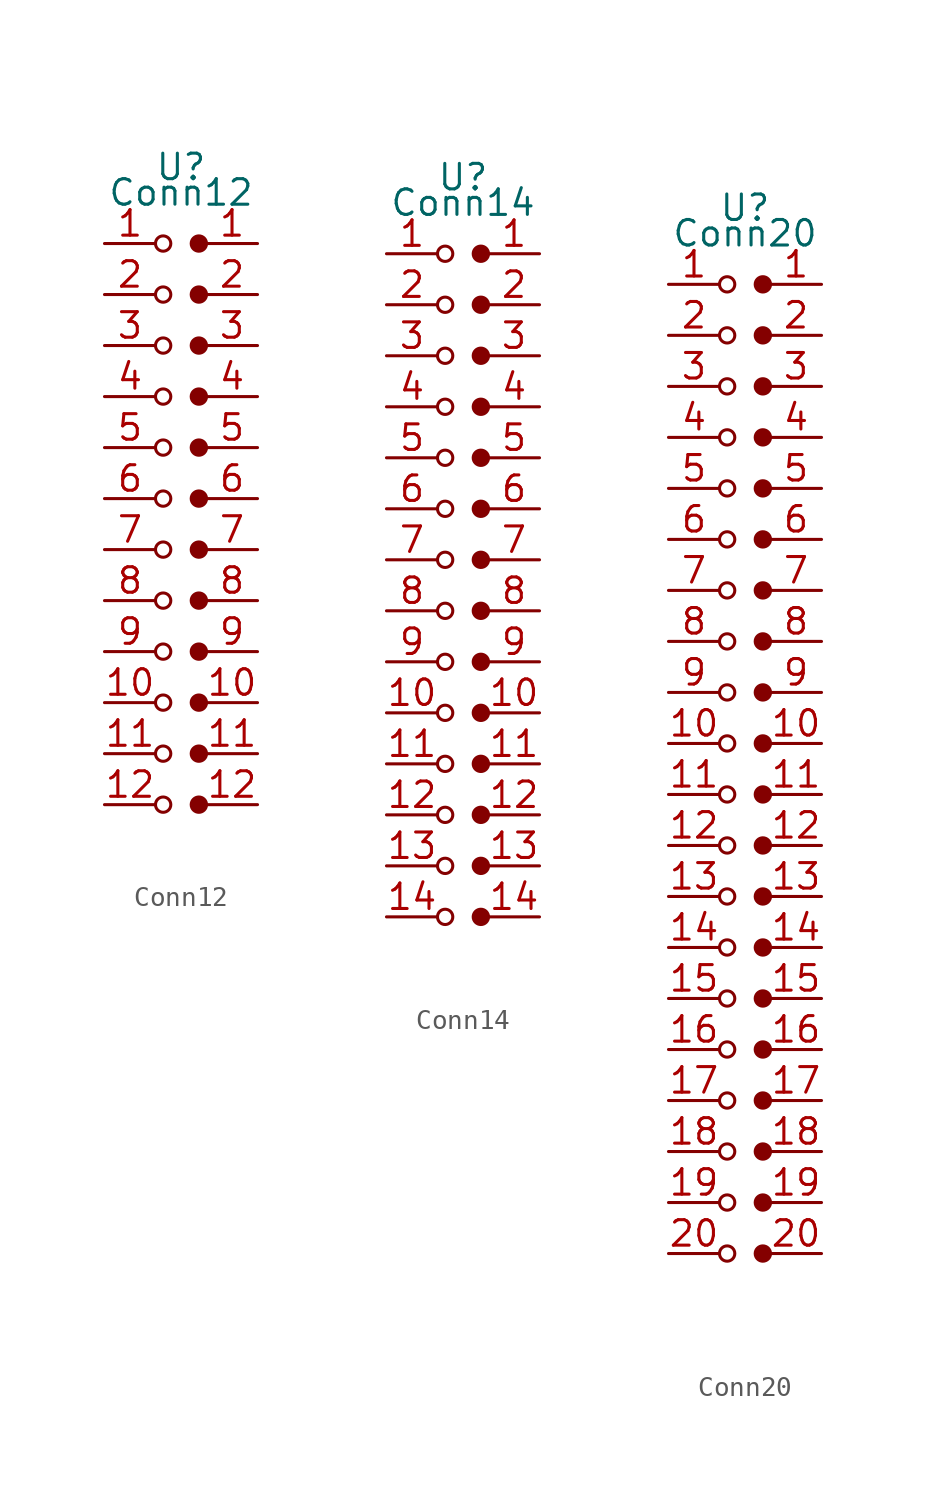
<source format=kicad_sym>
(kicad_symbol_lib
  (version 20211014)
  (generator kicad_symbol_editor)
  (symbol "Conn12"
    (property "Reference" "U"
      (at 0 3.81 0)
      (effects (font (size 1.27 1.27))))
    (property "Value" "Conn12"
      (at 0 2.54 0)
      (effects (font (size 1.27 1.27))))
    (symbol "Conn12_0_1"
      (circle (center -0.889 -27.94) (radius 0.381) (stroke (width 0) (type default) (color 0 0 0 0)) (fill (type none)))
      (circle (center -0.889 -25.4) (radius 0.381) (stroke (width 0) (type default) (color 0 0 0 0)) (fill (type none)))
      (circle (center -0.889 -22.86) (radius 0.381) (stroke (width 0) (type default) (color 0 0 0 0)) (fill (type none)))
      (circle (center -0.889 -20.32) (radius 0.381) (stroke (width 0) (type default) (color 0 0 0 0)) (fill (type none)))
      (circle (center -0.889 -17.78) (radius 0.381) (stroke (width 0) (type default) (color 0 0 0 0)) (fill (type none)))
      (circle (center -0.889 -15.24) (radius 0.381) (stroke (width 0) (type default) (color 0 0 0 0)) (fill (type none)))
      (circle (center -0.889 -12.7) (radius 0.381) (stroke (width 0) (type default) (color 0 0 0 0)) (fill (type none)))
      (circle (center -0.889 -10.16) (radius 0.381) (stroke (width 0) (type default) (color 0 0 0 0)) (fill (type none)))
      (circle (center -0.889 -7.62) (radius 0.381) (stroke (width 0) (type default) (color 0 0 0 0)) (fill (type none)))
      (circle (center -0.889 -5.08) (radius 0.381) (stroke (width 0) (type default) (color 0 0 0 0)) (fill (type none)))
      (circle (center -0.889 -2.54) (radius 0.381) (stroke (width 0) (type default) (color 0 0 0 0)) (fill (type none)))
      (circle (center -0.889 0) (radius 0.381) (stroke (width 0) (type default) (color 0 0 0 0)) (fill (type none)))
      (circle (center 0.889 -27.94) (radius 0.381) (stroke (width 0) (type default) (color 0 0 0 0)) (fill (type outline)))
      (circle (center 0.889 -25.4) (radius 0.381) (stroke (width 0) (type default) (color 0 0 0 0)) (fill (type outline)))
      (circle (center 0.889 -22.86) (radius 0.381) (stroke (width 0) (type default) (color 0 0 0 0)) (fill (type outline)))
      (circle (center 0.889 -20.32) (radius 0.381) (stroke (width 0) (type default) (color 0 0 0 0)) (fill (type outline)))
      (circle (center 0.889 -17.78) (radius 0.381) (stroke (width 0) (type default) (color 0 0 0 0)) (fill (type outline)))
      (circle (center 0.889 -15.24) (radius 0.381) (stroke (width 0) (type default) (color 0 0 0 0)) (fill (type outline)))
      (circle (center 0.889 -12.7) (radius 0.381) (stroke (width 0) (type default) (color 0 0 0 0)) (fill (type outline)))
      (circle (center 0.889 -10.16) (radius 0.381) (stroke (width 0) (type default) (color 0 0 0 0)) (fill (type outline)))
      (circle (center 0.889 -7.62) (radius 0.381) (stroke (width 0) (type default) (color 0 0 0 0)) (fill (type outline)))
      (circle (center 0.889 -5.08) (radius 0.381) (stroke (width 0) (type default) (color 0 0 0 0)) (fill (type outline)))
      (circle (center 0.889 -2.54) (radius 0.381) (stroke (width 0) (type default) (color 0 0 0 0)) (fill (type outline)))
      (circle (center 0.889 0) (radius 0.381) (stroke (width 0) (type default) (color 0 0 0 0)) (fill (type outline))))
    (symbol "Conn12_1_1"
      (pin bidirectional line (at -3.81 0 0) (length 2.54) (name "" (effects (font (size 1.27 1.27)))) (number "1" (effects (font (size 1.27 1.27)))))
      (pin bidirectional line (at 3.81 0 180) (length 2.54) (name "" (effects (font (size 1.27 1.27)))) (number "1" (effects (font (size 1.27 1.27)))))
      (pin bidirectional line (at -3.81 -22.86 0) (length 2.54) (name "" (effects (font (size 1.27 1.27)))) (number "10" (effects (font (size 1.27 1.27)))))
      (pin bidirectional line (at 3.81 -22.86 180) (length 2.54) (name "" (effects (font (size 1.27 1.27)))) (number "10" (effects (font (size 1.27 1.27)))))
      (pin bidirectional line (at -3.81 -25.4 0) (length 2.54) (name "" (effects (font (size 1.27 1.27)))) (number "11" (effects (font (size 1.27 1.27)))))
      (pin bidirectional line (at 3.81 -25.4 180) (length 2.54) (name "" (effects (font (size 1.27 1.27)))) (number "11" (effects (font (size 1.27 1.27)))))
      (pin bidirectional line (at -3.81 -27.94 0) (length 2.54) (name "" (effects (font (size 1.27 1.27)))) (number "12" (effects (font (size 1.27 1.27)))))
      (pin bidirectional line (at 3.81 -27.94 180) (length 2.54) (name "" (effects (font (size 1.27 1.27)))) (number "12" (effects (font (size 1.27 1.27)))))
      (pin bidirectional line (at -3.81 -2.54 0) (length 2.54) (name "" (effects (font (size 1.27 1.27)))) (number "2" (effects (font (size 1.27 1.27)))))
      (pin bidirectional line (at 3.81 -2.54 180) (length 2.54) (name "" (effects (font (size 1.27 1.27)))) (number "2" (effects (font (size 1.27 1.27)))))
      (pin bidirectional line (at -3.81 -5.08 0) (length 2.54) (name "" (effects (font (size 1.27 1.27)))) (number "3" (effects (font (size 1.27 1.27)))))
      (pin bidirectional line (at 3.81 -5.08 180) (length 2.54) (name "" (effects (font (size 1.27 1.27)))) (number "3" (effects (font (size 1.27 1.27)))))
      (pin bidirectional line (at -3.81 -7.62 0) (length 2.54) (name "" (effects (font (size 1.27 1.27)))) (number "4" (effects (font (size 1.27 1.27)))))
      (pin bidirectional line (at 3.81 -7.62 180) (length 2.54) (name "" (effects (font (size 1.27 1.27)))) (number "4" (effects (font (size 1.27 1.27)))))
      (pin bidirectional line (at -3.81 -10.16 0) (length 2.54) (name "" (effects (font (size 1.27 1.27)))) (number "5" (effects (font (size 1.27 1.27)))))
      (pin bidirectional line (at 3.81 -10.16 180) (length 2.54) (name "" (effects (font (size 1.27 1.27)))) (number "5" (effects (font (size 1.27 1.27)))))
      (pin bidirectional line (at -3.81 -12.7 0) (length 2.54) (name "" (effects (font (size 1.27 1.27)))) (number "6" (effects (font (size 1.27 1.27)))))
      (pin bidirectional line (at 3.81 -12.7 180) (length 2.54) (name "" (effects (font (size 1.27 1.27)))) (number "6" (effects (font (size 1.27 1.27)))))
      (pin bidirectional line (at -3.81 -15.24 0) (length 2.54) (name "" (effects (font (size 1.27 1.27)))) (number "7" (effects (font (size 1.27 1.27)))))
      (pin bidirectional line (at 3.81 -15.24 180) (length 2.54) (name "" (effects (font (size 1.27 1.27)))) (number "7" (effects (font (size 1.27 1.27)))))
      (pin bidirectional line (at -3.81 -17.78 0) (length 2.54) (name "" (effects (font (size 1.27 1.27)))) (number "8" (effects (font (size 1.27 1.27)))))
      (pin bidirectional line (at 3.81 -17.78 180) (length 2.54) (name "" (effects (font (size 1.27 1.27)))) (number "8" (effects (font (size 1.27 1.27)))))
      (pin bidirectional line (at -3.81 -20.32 0) (length 2.54) (name "" (effects (font (size 1.27 1.27)))) (number "9" (effects (font (size 1.27 1.27)))))
      (pin bidirectional line (at 3.81 -20.32 180) (length 2.54) (name "" (effects (font (size 1.27 1.27)))) (number "9" (effects (font (size 1.27 1.27)))))))
  (symbol "Conn14"
    (property "Reference" "U"
      (at 0 3.81 0)
      (effects (font (size 1.27 1.27))))
    (property "Value" "Conn14"
      (at 0 2.54 0)
      (effects (font (size 1.27 1.27))))
    (symbol "Conn14_0_1"
      (circle (center -0.889 -33.02) (radius 0.381) (stroke (width 0) (type default) (color 0 0 0 0)) (fill (type none)))
      (circle (center -0.889 -30.48) (radius 0.381) (stroke (width 0) (type default) (color 0 0 0 0)) (fill (type none)))
      (circle (center -0.889 -27.94) (radius 0.381) (stroke (width 0) (type default) (color 0 0 0 0)) (fill (type none)))
      (circle (center -0.889 -25.4) (radius 0.381) (stroke (width 0) (type default) (color 0 0 0 0)) (fill (type none)))
      (circle (center -0.889 -22.86) (radius 0.381) (stroke (width 0) (type default) (color 0 0 0 0)) (fill (type none)))
      (circle (center -0.889 -20.32) (radius 0.381) (stroke (width 0) (type default) (color 0 0 0 0)) (fill (type none)))
      (circle (center -0.889 -17.78) (radius 0.381) (stroke (width 0) (type default) (color 0 0 0 0)) (fill (type none)))
      (circle (center -0.889 -15.24) (radius 0.381) (stroke (width 0) (type default) (color 0 0 0 0)) (fill (type none)))
      (circle (center -0.889 -12.7) (radius 0.381) (stroke (width 0) (type default) (color 0 0 0 0)) (fill (type none)))
      (circle (center -0.889 -10.16) (radius 0.381) (stroke (width 0) (type default) (color 0 0 0 0)) (fill (type none)))
      (circle (center -0.889 -7.62) (radius 0.381) (stroke (width 0) (type default) (color 0 0 0 0)) (fill (type none)))
      (circle (center -0.889 -5.08) (radius 0.381) (stroke (width 0) (type default) (color 0 0 0 0)) (fill (type none)))
      (circle (center -0.889 -2.54) (radius 0.381) (stroke (width 0) (type default) (color 0 0 0 0)) (fill (type none)))
      (circle (center -0.889 0) (radius 0.381) (stroke (width 0) (type default) (color 0 0 0 0)) (fill (type none)))
      (circle (center 0.889 -33.02) (radius 0.381) (stroke (width 0) (type default) (color 0 0 0 0)) (fill (type outline)))
      (circle (center 0.889 -30.48) (radius 0.381) (stroke (width 0) (type default) (color 0 0 0 0)) (fill (type outline)))
      (circle (center 0.889 -27.94) (radius 0.381) (stroke (width 0) (type default) (color 0 0 0 0)) (fill (type outline)))
      (circle (center 0.889 -25.4) (radius 0.381) (stroke (width 0) (type default) (color 0 0 0 0)) (fill (type outline)))
      (circle (center 0.889 -22.86) (radius 0.381) (stroke (width 0) (type default) (color 0 0 0 0)) (fill (type outline)))
      (circle (center 0.889 -20.32) (radius 0.381) (stroke (width 0) (type default) (color 0 0 0 0)) (fill (type outline)))
      (circle (center 0.889 -17.78) (radius 0.381) (stroke (width 0) (type default) (color 0 0 0 0)) (fill (type outline)))
      (circle (center 0.889 -15.24) (radius 0.381) (stroke (width 0) (type default) (color 0 0 0 0)) (fill (type outline)))
      (circle (center 0.889 -12.7) (radius 0.381) (stroke (width 0) (type default) (color 0 0 0 0)) (fill (type outline)))
      (circle (center 0.889 -10.16) (radius 0.381) (stroke (width 0) (type default) (color 0 0 0 0)) (fill (type outline)))
      (circle (center 0.889 -7.62) (radius 0.381) (stroke (width 0) (type default) (color 0 0 0 0)) (fill (type outline)))
      (circle (center 0.889 -5.08) (radius 0.381) (stroke (width 0) (type default) (color 0 0 0 0)) (fill (type outline)))
      (circle (center 0.889 -2.54) (radius 0.381) (stroke (width 0) (type default) (color 0 0 0 0)) (fill (type outline)))
      (circle (center 0.889 0) (radius 0.381) (stroke (width 0) (type default) (color 0 0 0 0)) (fill (type outline))))
    (symbol "Conn14_1_1"
      (pin bidirectional line (at -3.81 0 0) (length 2.54) (name "" (effects (font (size 1.27 1.27)))) (number "1" (effects (font (size 1.27 1.27)))))
      (pin bidirectional line (at 3.81 0 180) (length 2.54) (name "" (effects (font (size 1.27 1.27)))) (number "1" (effects (font (size 1.27 1.27)))))
      (pin bidirectional line (at -3.81 -22.86 0) (length 2.54) (name "" (effects (font (size 1.27 1.27)))) (number "10" (effects (font (size 1.27 1.27)))))
      (pin bidirectional line (at 3.81 -22.86 180) (length 2.54) (name "" (effects (font (size 1.27 1.27)))) (number "10" (effects (font (size 1.27 1.27)))))
      (pin bidirectional line (at -3.81 -25.4 0) (length 2.54) (name "" (effects (font (size 1.27 1.27)))) (number "11" (effects (font (size 1.27 1.27)))))
      (pin bidirectional line (at 3.81 -25.4 180) (length 2.54) (name "" (effects (font (size 1.27 1.27)))) (number "11" (effects (font (size 1.27 1.27)))))
      (pin bidirectional line (at -3.81 -27.94 0) (length 2.54) (name "" (effects (font (size 1.27 1.27)))) (number "12" (effects (font (size 1.27 1.27)))))
      (pin bidirectional line (at 3.81 -27.94 180) (length 2.54) (name "" (effects (font (size 1.27 1.27)))) (number "12" (effects (font (size 1.27 1.27)))))
      (pin bidirectional line (at -3.81 -30.48 0) (length 2.54) (name "" (effects (font (size 1.27 1.27)))) (number "13" (effects (font (size 1.27 1.27)))))
      (pin bidirectional line (at 3.81 -30.48 180) (length 2.54) (name "" (effects (font (size 1.27 1.27)))) (number "13" (effects (font (size 1.27 1.27)))))
      (pin bidirectional line (at -3.81 -33.02 0) (length 2.54) (name "" (effects (font (size 1.27 1.27)))) (number "14" (effects (font (size 1.27 1.27)))))
      (pin bidirectional line (at 3.81 -33.02 180) (length 2.54) (name "" (effects (font (size 1.27 1.27)))) (number "14" (effects (font (size 1.27 1.27)))))
      (pin bidirectional line (at -3.81 -2.54 0) (length 2.54) (name "" (effects (font (size 1.27 1.27)))) (number "2" (effects (font (size 1.27 1.27)))))
      (pin bidirectional line (at 3.81 -2.54 180) (length 2.54) (name "" (effects (font (size 1.27 1.27)))) (number "2" (effects (font (size 1.27 1.27)))))
      (pin bidirectional line (at -3.81 -5.08 0) (length 2.54) (name "" (effects (font (size 1.27 1.27)))) (number "3" (effects (font (size 1.27 1.27)))))
      (pin bidirectional line (at 3.81 -5.08 180) (length 2.54) (name "" (effects (font (size 1.27 1.27)))) (number "3" (effects (font (size 1.27 1.27)))))
      (pin bidirectional line (at -3.81 -7.62 0) (length 2.54) (name "" (effects (font (size 1.27 1.27)))) (number "4" (effects (font (size 1.27 1.27)))))
      (pin bidirectional line (at 3.81 -7.62 180) (length 2.54) (name "" (effects (font (size 1.27 1.27)))) (number "4" (effects (font (size 1.27 1.27)))))
      (pin bidirectional line (at -3.81 -10.16 0) (length 2.54) (name "" (effects (font (size 1.27 1.27)))) (number "5" (effects (font (size 1.27 1.27)))))
      (pin bidirectional line (at 3.81 -10.16 180) (length 2.54) (name "" (effects (font (size 1.27 1.27)))) (number "5" (effects (font (size 1.27 1.27)))))
      (pin bidirectional line (at -3.81 -12.7 0) (length 2.54) (name "" (effects (font (size 1.27 1.27)))) (number "6" (effects (font (size 1.27 1.27)))))
      (pin bidirectional line (at 3.81 -12.7 180) (length 2.54) (name "" (effects (font (size 1.27 1.27)))) (number "6" (effects (font (size 1.27 1.27)))))
      (pin bidirectional line (at -3.81 -15.24 0) (length 2.54) (name "" (effects (font (size 1.27 1.27)))) (number "7" (effects (font (size 1.27 1.27)))))
      (pin bidirectional line (at 3.81 -15.24 180) (length 2.54) (name "" (effects (font (size 1.27 1.27)))) (number "7" (effects (font (size 1.27 1.27)))))
      (pin bidirectional line (at -3.81 -17.78 0) (length 2.54) (name "" (effects (font (size 1.27 1.27)))) (number "8" (effects (font (size 1.27 1.27)))))
      (pin bidirectional line (at 3.81 -17.78 180) (length 2.54) (name "" (effects (font (size 1.27 1.27)))) (number "8" (effects (font (size 1.27 1.27)))))
      (pin bidirectional line (at -3.81 -20.32 0) (length 2.54) (name "" (effects (font (size 1.27 1.27)))) (number "9" (effects (font (size 1.27 1.27)))))
      (pin bidirectional line (at 3.81 -20.32 180) (length 2.54) (name "" (effects (font (size 1.27 1.27)))) (number "9" (effects (font (size 1.27 1.27)))))))
  (symbol "Conn20"
    (property "Reference" "U"
      (at 0 3.81 0)
      (effects (font (size 1.27 1.27))))
    (property "Value" "Conn20"
      (at 0 2.54 0)
      (effects (font (size 1.27 1.27))))
    (symbol "Conn20_0_1"
      (circle (center -0.889 -48.26) (radius 0.381) (stroke (width 0) (type default) (color 0 0 0 0)) (fill (type none)))
      (circle (center -0.889 -45.72) (radius 0.381) (stroke (width 0) (type default) (color 0 0 0 0)) (fill (type none)))
      (circle (center -0.889 -43.18) (radius 0.381) (stroke (width 0) (type default) (color 0 0 0 0)) (fill (type none)))
      (circle (center -0.889 -40.64) (radius 0.381) (stroke (width 0) (type default) (color 0 0 0 0)) (fill (type none)))
      (circle (center -0.889 -38.1) (radius 0.381) (stroke (width 0) (type default) (color 0 0 0 0)) (fill (type none)))
      (circle (center -0.889 -35.56) (radius 0.381) (stroke (width 0) (type default) (color 0 0 0 0)) (fill (type none)))
      (circle (center -0.889 -33.02) (radius 0.381) (stroke (width 0) (type default) (color 0 0 0 0)) (fill (type none)))
      (circle (center -0.889 -30.48) (radius 0.381) (stroke (width 0) (type default) (color 0 0 0 0)) (fill (type none)))
      (circle (center -0.889 -27.94) (radius 0.381) (stroke (width 0) (type default) (color 0 0 0 0)) (fill (type none)))
      (circle (center -0.889 -25.4) (radius 0.381) (stroke (width 0) (type default) (color 0 0 0 0)) (fill (type none)))
      (circle (center -0.889 -22.86) (radius 0.381) (stroke (width 0) (type default) (color 0 0 0 0)) (fill (type none)))
      (circle (center -0.889 -20.32) (radius 0.381) (stroke (width 0) (type default) (color 0 0 0 0)) (fill (type none)))
      (circle (center -0.889 -17.78) (radius 0.381) (stroke (width 0) (type default) (color 0 0 0 0)) (fill (type none)))
      (circle (center -0.889 -15.24) (radius 0.381) (stroke (width 0) (type default) (color 0 0 0 0)) (fill (type none)))
      (circle (center -0.889 -12.7) (radius 0.381) (stroke (width 0) (type default) (color 0 0 0 0)) (fill (type none)))
      (circle (center -0.889 -10.16) (radius 0.381) (stroke (width 0) (type default) (color 0 0 0 0)) (fill (type none)))
      (circle (center -0.889 -7.62) (radius 0.381) (stroke (width 0) (type default) (color 0 0 0 0)) (fill (type none)))
      (circle (center -0.889 -5.08) (radius 0.381) (stroke (width 0) (type default) (color 0 0 0 0)) (fill (type none)))
      (circle (center -0.889 -2.54) (radius 0.381) (stroke (width 0) (type default) (color 0 0 0 0)) (fill (type none)))
      (circle (center -0.889 0) (radius 0.381) (stroke (width 0) (type default) (color 0 0 0 0)) (fill (type none)))
      (circle (center 0.889 -48.26) (radius 0.381) (stroke (width 0) (type default) (color 0 0 0 0)) (fill (type outline)))
      (circle (center 0.889 -45.72) (radius 0.381) (stroke (width 0) (type default) (color 0 0 0 0)) (fill (type outline)))
      (circle (center 0.889 -43.18) (radius 0.381) (stroke (width 0) (type default) (color 0 0 0 0)) (fill (type outline)))
      (circle (center 0.889 -40.64) (radius 0.381) (stroke (width 0) (type default) (color 0 0 0 0)) (fill (type outline)))
      (circle (center 0.889 -38.1) (radius 0.381) (stroke (width 0) (type default) (color 0 0 0 0)) (fill (type outline)))
      (circle (center 0.889 -35.56) (radius 0.381) (stroke (width 0) (type default) (color 0 0 0 0)) (fill (type outline)))
      (circle (center 0.889 -33.02) (radius 0.381) (stroke (width 0) (type default) (color 0 0 0 0)) (fill (type outline)))
      (circle (center 0.889 -30.48) (radius 0.381) (stroke (width 0) (type default) (color 0 0 0 0)) (fill (type outline)))
      (circle (center 0.889 -27.94) (radius 0.381) (stroke (width 0) (type default) (color 0 0 0 0)) (fill (type outline)))
      (circle (center 0.889 -25.4) (radius 0.381) (stroke (width 0) (type default) (color 0 0 0 0)) (fill (type outline)))
      (circle (center 0.889 -22.86) (radius 0.381) (stroke (width 0) (type default) (color 0 0 0 0)) (fill (type outline)))
      (circle (center 0.889 -20.32) (radius 0.381) (stroke (width 0) (type default) (color 0 0 0 0)) (fill (type outline)))
      (circle (center 0.889 -17.78) (radius 0.381) (stroke (width 0) (type default) (color 0 0 0 0)) (fill (type outline)))
      (circle (center 0.889 -15.24) (radius 0.381) (stroke (width 0) (type default) (color 0 0 0 0)) (fill (type outline)))
      (circle (center 0.889 -12.7) (radius 0.381) (stroke (width 0) (type default) (color 0 0 0 0)) (fill (type outline)))
      (circle (center 0.889 -10.16) (radius 0.381) (stroke (width 0) (type default) (color 0 0 0 0)) (fill (type outline)))
      (circle (center 0.889 -7.62) (radius 0.381) (stroke (width 0) (type default) (color 0 0 0 0)) (fill (type outline)))
      (circle (center 0.889 -5.08) (radius 0.381) (stroke (width 0) (type default) (color 0 0 0 0)) (fill (type outline)))
      (circle (center 0.889 -2.54) (radius 0.381) (stroke (width 0) (type default) (color 0 0 0 0)) (fill (type outline)))
      (circle (center 0.889 0) (radius 0.381) (stroke (width 0) (type default) (color 0 0 0 0)) (fill (type outline))))
    (symbol "Conn20_1_1"
      (pin bidirectional line (at -3.81 0 0) (length 2.54) (name "" (effects (font (size 1.27 1.27)))) (number "1" (effects (font (size 1.27 1.27)))))
      (pin bidirectional line (at 3.81 0 180) (length 2.54) (name "" (effects (font (size 1.27 1.27)))) (number "1" (effects (font (size 1.27 1.27)))))
      (pin bidirectional line (at -3.81 -22.86 0) (length 2.54) (name "" (effects (font (size 1.27 1.27)))) (number "10" (effects (font (size 1.27 1.27)))))
      (pin bidirectional line (at 3.81 -22.86 180) (length 2.54) (name "" (effects (font (size 1.27 1.27)))) (number "10" (effects (font (size 1.27 1.27)))))
      (pin bidirectional line (at -3.81 -25.4 0) (length 2.54) (name "" (effects (font (size 1.27 1.27)))) (number "11" (effects (font (size 1.27 1.27)))))
      (pin bidirectional line (at 3.81 -25.4 180) (length 2.54) (name "" (effects (font (size 1.27 1.27)))) (number "11" (effects (font (size 1.27 1.27)))))
      (pin bidirectional line (at -3.81 -27.94 0) (length 2.54) (name "" (effects (font (size 1.27 1.27)))) (number "12" (effects (font (size 1.27 1.27)))))
      (pin bidirectional line (at 3.81 -27.94 180) (length 2.54) (name "" (effects (font (size 1.27 1.27)))) (number "12" (effects (font (size 1.27 1.27)))))
      (pin bidirectional line (at -3.81 -30.48 0) (length 2.54) (name "" (effects (font (size 1.27 1.27)))) (number "13" (effects (font (size 1.27 1.27)))))
      (pin bidirectional line (at 3.81 -30.48 180) (length 2.54) (name "" (effects (font (size 1.27 1.27)))) (number "13" (effects (font (size 1.27 1.27)))))
      (pin bidirectional line (at -3.81 -33.02 0) (length 2.54) (name "" (effects (font (size 1.27 1.27)))) (number "14" (effects (font (size 1.27 1.27)))))
      (pin bidirectional line (at 3.81 -33.02 180) (length 2.54) (name "" (effects (font (size 1.27 1.27)))) (number "14" (effects (font (size 1.27 1.27)))))
      (pin bidirectional line (at -3.81 -35.56 0) (length 2.54) (name "" (effects (font (size 1.27 1.27)))) (number "15" (effects (font (size 1.27 1.27)))))
      (pin bidirectional line (at 3.81 -35.56 180) (length 2.54) (name "" (effects (font (size 1.27 1.27)))) (number "15" (effects (font (size 1.27 1.27)))))
      (pin bidirectional line (at -3.81 -38.1 0) (length 2.54) (name "" (effects (font (size 1.27 1.27)))) (number "16" (effects (font (size 1.27 1.27)))))
      (pin bidirectional line (at 3.81 -38.1 180) (length 2.54) (name "" (effects (font (size 1.27 1.27)))) (number "16" (effects (font (size 1.27 1.27)))))
      (pin bidirectional line (at -3.81 -40.64 0) (length 2.54) (name "" (effects (font (size 1.27 1.27)))) (number "17" (effects (font (size 1.27 1.27)))))
      (pin bidirectional line (at 3.81 -40.64 180) (length 2.54) (name "" (effects (font (size 1.27 1.27)))) (number "17" (effects (font (size 1.27 1.27)))))
      (pin bidirectional line (at -3.81 -43.18 0) (length 2.54) (name "" (effects (font (size 1.27 1.27)))) (number "18" (effects (font (size 1.27 1.27)))))
      (pin bidirectional line (at 3.81 -43.18 180) (length 2.54) (name "" (effects (font (size 1.27 1.27)))) (number "18" (effects (font (size 1.27 1.27)))))
      (pin bidirectional line (at -3.81 -45.72 0) (length 2.54) (name "" (effects (font (size 1.27 1.27)))) (number "19" (effects (font (size 1.27 1.27)))))
      (pin bidirectional line (at 3.81 -45.72 180) (length 2.54) (name "" (effects (font (size 1.27 1.27)))) (number "19" (effects (font (size 1.27 1.27)))))
      (pin bidirectional line (at -3.81 -2.54 0) (length 2.54) (name "" (effects (font (size 1.27 1.27)))) (number "2" (effects (font (size 1.27 1.27)))))
      (pin bidirectional line (at 3.81 -2.54 180) (length 2.54) (name "" (effects (font (size 1.27 1.27)))) (number "2" (effects (font (size 1.27 1.27)))))
      (pin bidirectional line (at -3.81 -48.26 0) (length 2.54) (name "" (effects (font (size 1.27 1.27)))) (number "20" (effects (font (size 1.27 1.27)))))
      (pin bidirectional line (at 3.81 -48.26 180) (length 2.54) (name "" (effects (font (size 1.27 1.27)))) (number "20" (effects (font (size 1.27 1.27)))))
      (pin bidirectional line (at -3.81 -5.08 0) (length 2.54) (name "" (effects (font (size 1.27 1.27)))) (number "3" (effects (font (size 1.27 1.27)))))
      (pin bidirectional line (at 3.81 -5.08 180) (length 2.54) (name "" (effects (font (size 1.27 1.27)))) (number "3" (effects (font (size 1.27 1.27)))))
      (pin bidirectional line (at -3.81 -7.62 0) (length 2.54) (name "" (effects (font (size 1.27 1.27)))) (number "4" (effects (font (size 1.27 1.27)))))
      (pin bidirectional line (at 3.81 -7.62 180) (length 2.54) (name "" (effects (font (size 1.27 1.27)))) (number "4" (effects (font (size 1.27 1.27)))))
      (pin bidirectional line (at -3.81 -10.16 0) (length 2.54) (name "" (effects (font (size 1.27 1.27)))) (number "5" (effects (font (size 1.27 1.27)))))
      (pin bidirectional line (at 3.81 -10.16 180) (length 2.54) (name "" (effects (font (size 1.27 1.27)))) (number "5" (effects (font (size 1.27 1.27)))))
      (pin bidirectional line (at -3.81 -12.7 0) (length 2.54) (name "" (effects (font (size 1.27 1.27)))) (number "6" (effects (font (size 1.27 1.27)))))
      (pin bidirectional line (at 3.81 -12.7 180) (length 2.54) (name "" (effects (font (size 1.27 1.27)))) (number "6" (effects (font (size 1.27 1.27)))))
      (pin bidirectional line (at -3.81 -15.24 0) (length 2.54) (name "" (effects (font (size 1.27 1.27)))) (number "7" (effects (font (size 1.27 1.27)))))
      (pin bidirectional line (at 3.81 -15.24 180) (length 2.54) (name "" (effects (font (size 1.27 1.27)))) (number "7" (effects (font (size 1.27 1.27)))))
      (pin bidirectional line (at -3.81 -17.78 0) (length 2.54) (name "" (effects (font (size 1.27 1.27)))) (number "8" (effects (font (size 1.27 1.27)))))
      (pin bidirectional line (at 3.81 -17.78 180) (length 2.54) (name "" (effects (font (size 1.27 1.27)))) (number "8" (effects (font (size 1.27 1.27)))))
      (pin bidirectional line (at -3.81 -20.32 0) (length 2.54) (name "" (effects (font (size 1.27 1.27)))) (number "9" (effects (font (size 1.27 1.27)))))
      (pin bidirectional line (at 3.81 -20.32 180) (length 2.54) (name "" (effects (font (size 1.27 1.27)))) (number "9" (effects (font (size 1.27 1.27))))))))
</source>
